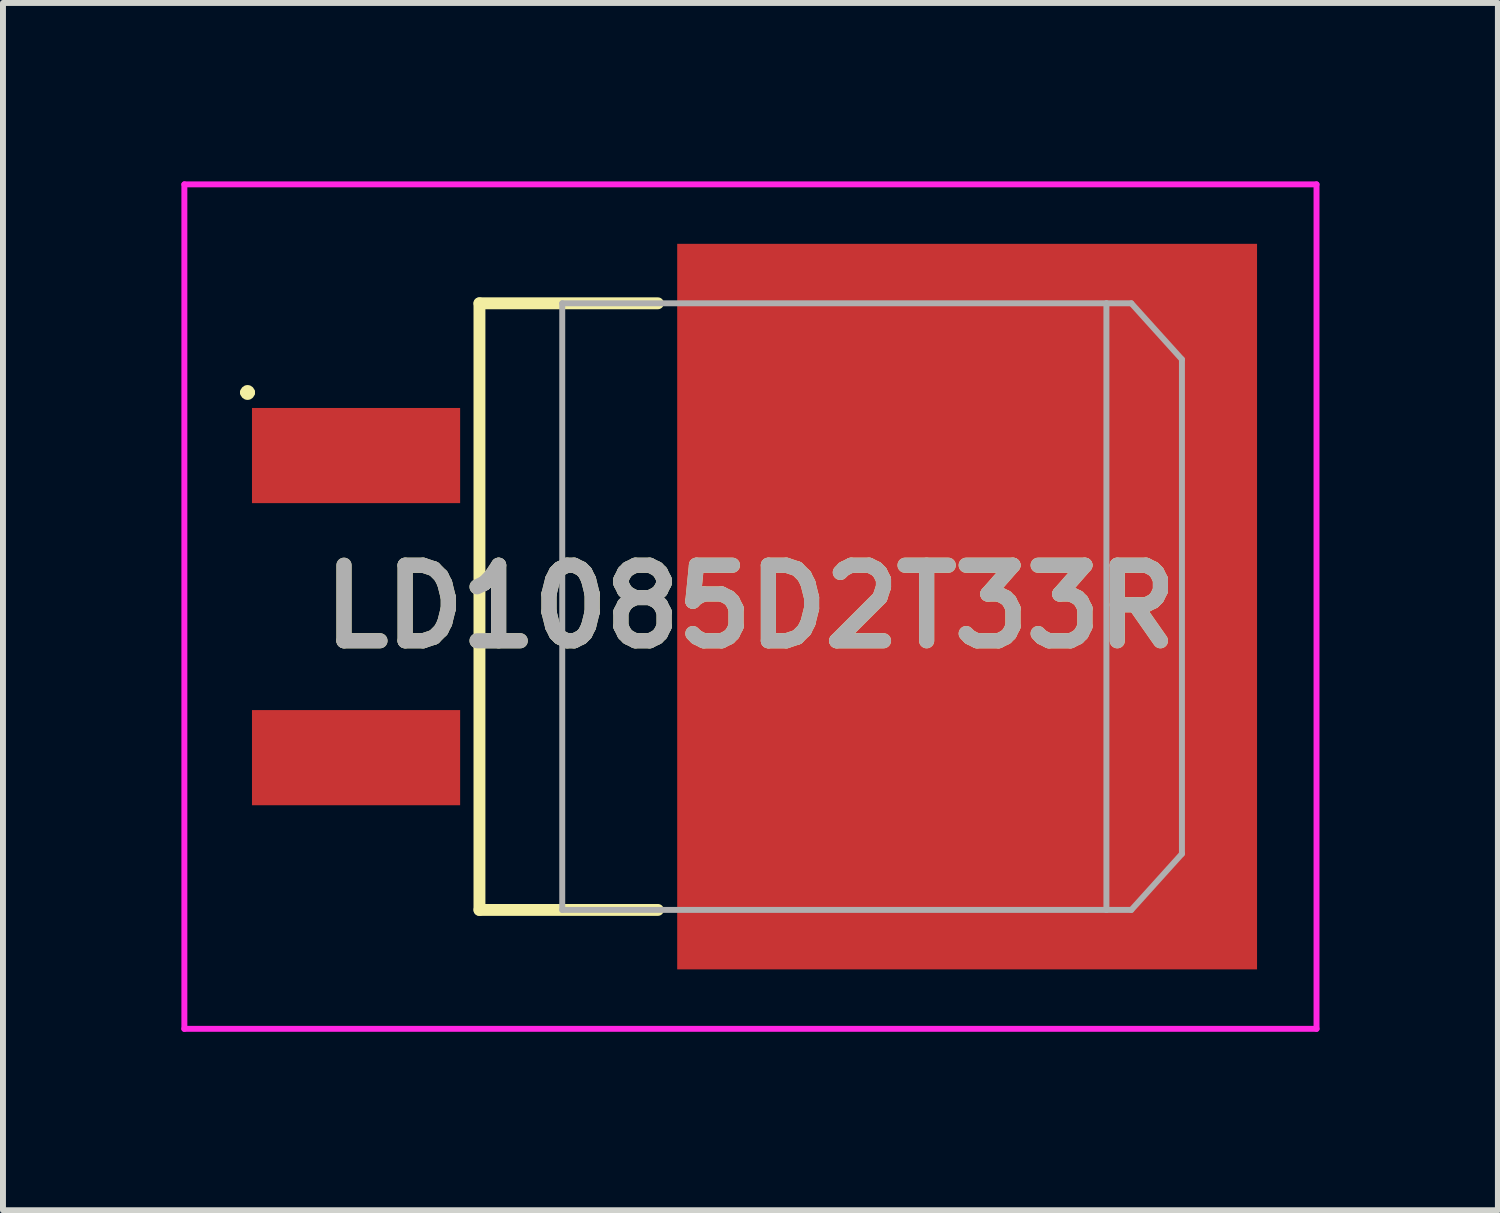
<source format=kicad_pcb>
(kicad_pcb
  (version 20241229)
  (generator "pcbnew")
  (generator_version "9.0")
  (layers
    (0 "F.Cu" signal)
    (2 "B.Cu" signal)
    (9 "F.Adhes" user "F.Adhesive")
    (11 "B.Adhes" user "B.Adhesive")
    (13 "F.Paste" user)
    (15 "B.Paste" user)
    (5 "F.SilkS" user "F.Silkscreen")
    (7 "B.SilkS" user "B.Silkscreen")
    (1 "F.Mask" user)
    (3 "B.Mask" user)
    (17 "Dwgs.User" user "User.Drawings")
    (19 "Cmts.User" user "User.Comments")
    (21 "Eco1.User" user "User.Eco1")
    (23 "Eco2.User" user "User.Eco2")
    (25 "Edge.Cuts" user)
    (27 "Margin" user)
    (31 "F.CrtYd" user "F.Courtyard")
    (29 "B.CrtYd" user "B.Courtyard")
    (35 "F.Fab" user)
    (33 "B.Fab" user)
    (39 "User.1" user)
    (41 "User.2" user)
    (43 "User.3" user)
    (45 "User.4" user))
  (footprint "LD1085D2T33R"
    (layer "F.Cu")
    (at 13.212 7.15)
    (property "Reference" "LD1085D2T33R" (at -3.644 0 0) (layer "F.SilkS") (effects (font (size 1.27 1.27) (thickness 0.254))))
    (attr smd)
    (fp_line (start -12.162 -3.6) (end -12.162 -3.6) (stroke (width 0.125) (type solid)) (layer "F.SilkS"))
    (fp_line (start -12.037 -3.6) (end -12.037 -3.6) (stroke (width 0.125) (type solid)) (layer "F.SilkS"))
    (fp_line (start -8.2 -5.1) (end -5.2 -5.1) (stroke (width 0.2) (type solid)) (layer "F.SilkS"))
    (fp_line (start -8.2 5.1) (end -8.2 -5.1) (stroke (width 0.2) (type solid)) (layer "F.SilkS"))
    (fp_line (start -5.2 5.1) (end -8.2 5.1) (stroke (width 0.2) (type solid)) (layer "F.SilkS"))
    (fp_arc (start -12.162 -3.601) (mid -12.099 -3.663) (end -12.037 -3.6) (stroke (width 0.125) (type solid)) (layer "F.SilkS"))
    (fp_arc (start -12.037 -3.601) (mid -12.099 -3.538) (end -12.162 -3.6) (stroke (width 0.125) (type solid)) (layer "F.SilkS"))
    (fp_line (start -13.162 -7.1) (end 5.875 -7.1) (stroke (width 0.1) (type solid)) (layer "F.CrtYd"))
    (fp_line (start -13.162 7.1) (end -13.162 -7.1) (stroke (width 0.1) (type solid)) (layer "F.CrtYd"))
    (fp_line (start 5.875 -7.1) (end 5.875 7.1) (stroke (width 0.1) (type solid)) (layer "F.CrtYd"))
    (fp_line (start 5.875 7.1) (end -13.162 7.1) (stroke (width 0.1) (type solid)) (layer "F.CrtYd"))
    (fp_line (start -6.808 -5.1) (end -6.808 5.1) (stroke (width 0.1) (type solid)) (layer "F.Fab"))
    (fp_line (start -6.808 5.1) (end 2.342 5.1) (stroke (width 0.1) (type solid)) (layer "F.Fab"))
    (fp_line (start 2.342 -5.1) (end -6.808 -5.1) (stroke (width 0.1) (type solid)) (layer "F.Fab"))
    (fp_line (start 2.342 5.1) (end 2.342 -5.1) (stroke (width 0.1) (type solid)) (layer "F.Fab"))
    (fp_line (start 2.342 5.1) (end 2.761 5.1) (stroke (width 0.1) (type solid)) (layer "F.Fab"))
    (fp_line (start 2.761 -5.1) (end 2.342 -5.1) (stroke (width 0.1) (type solid)) (layer "F.Fab"))
    (fp_line (start 2.761 5.1) (end 3.612 4.157) (stroke (width 0.1) (type solid)) (layer "F.Fab"))
    (fp_line (start 3.612 -4.157) (end 2.761 -5.1) (stroke (width 0.1) (type solid)) (layer "F.Fab"))
    (fp_line (start 3.612 4.157) (end 3.612 -4.157) (stroke (width 0.1) (type solid)) (layer "F.Fab"))
    (fp_text user "${REFERENCE}" (at -3.644 0 0) (layer "F.Fab") (effects (font (size 1.27 1.27) (thickness 0.254))))
    (pad "1" smd rect (at -10.275 -2.54 90) (size 1.6 3.5) (layers "F.Cu" "F.Mask" "F.Paste"))
    (pad "3" smd rect (at -10.275 2.54 90) (size 1.6 3.5) (layers "F.Cu" "F.Mask" "F.Paste"))
    (pad "4" smd rect (at 0 0) (size 9.75 12.2) (layers "F.Cu" "F.Mask" "F.Paste")))
  (gr_rect
    (start -3 -3)
    (end 22.137 17.3)
    (stroke (width 0.1) (type default))
    (fill no)
    (layer "Edge.Cuts")))
</source>
